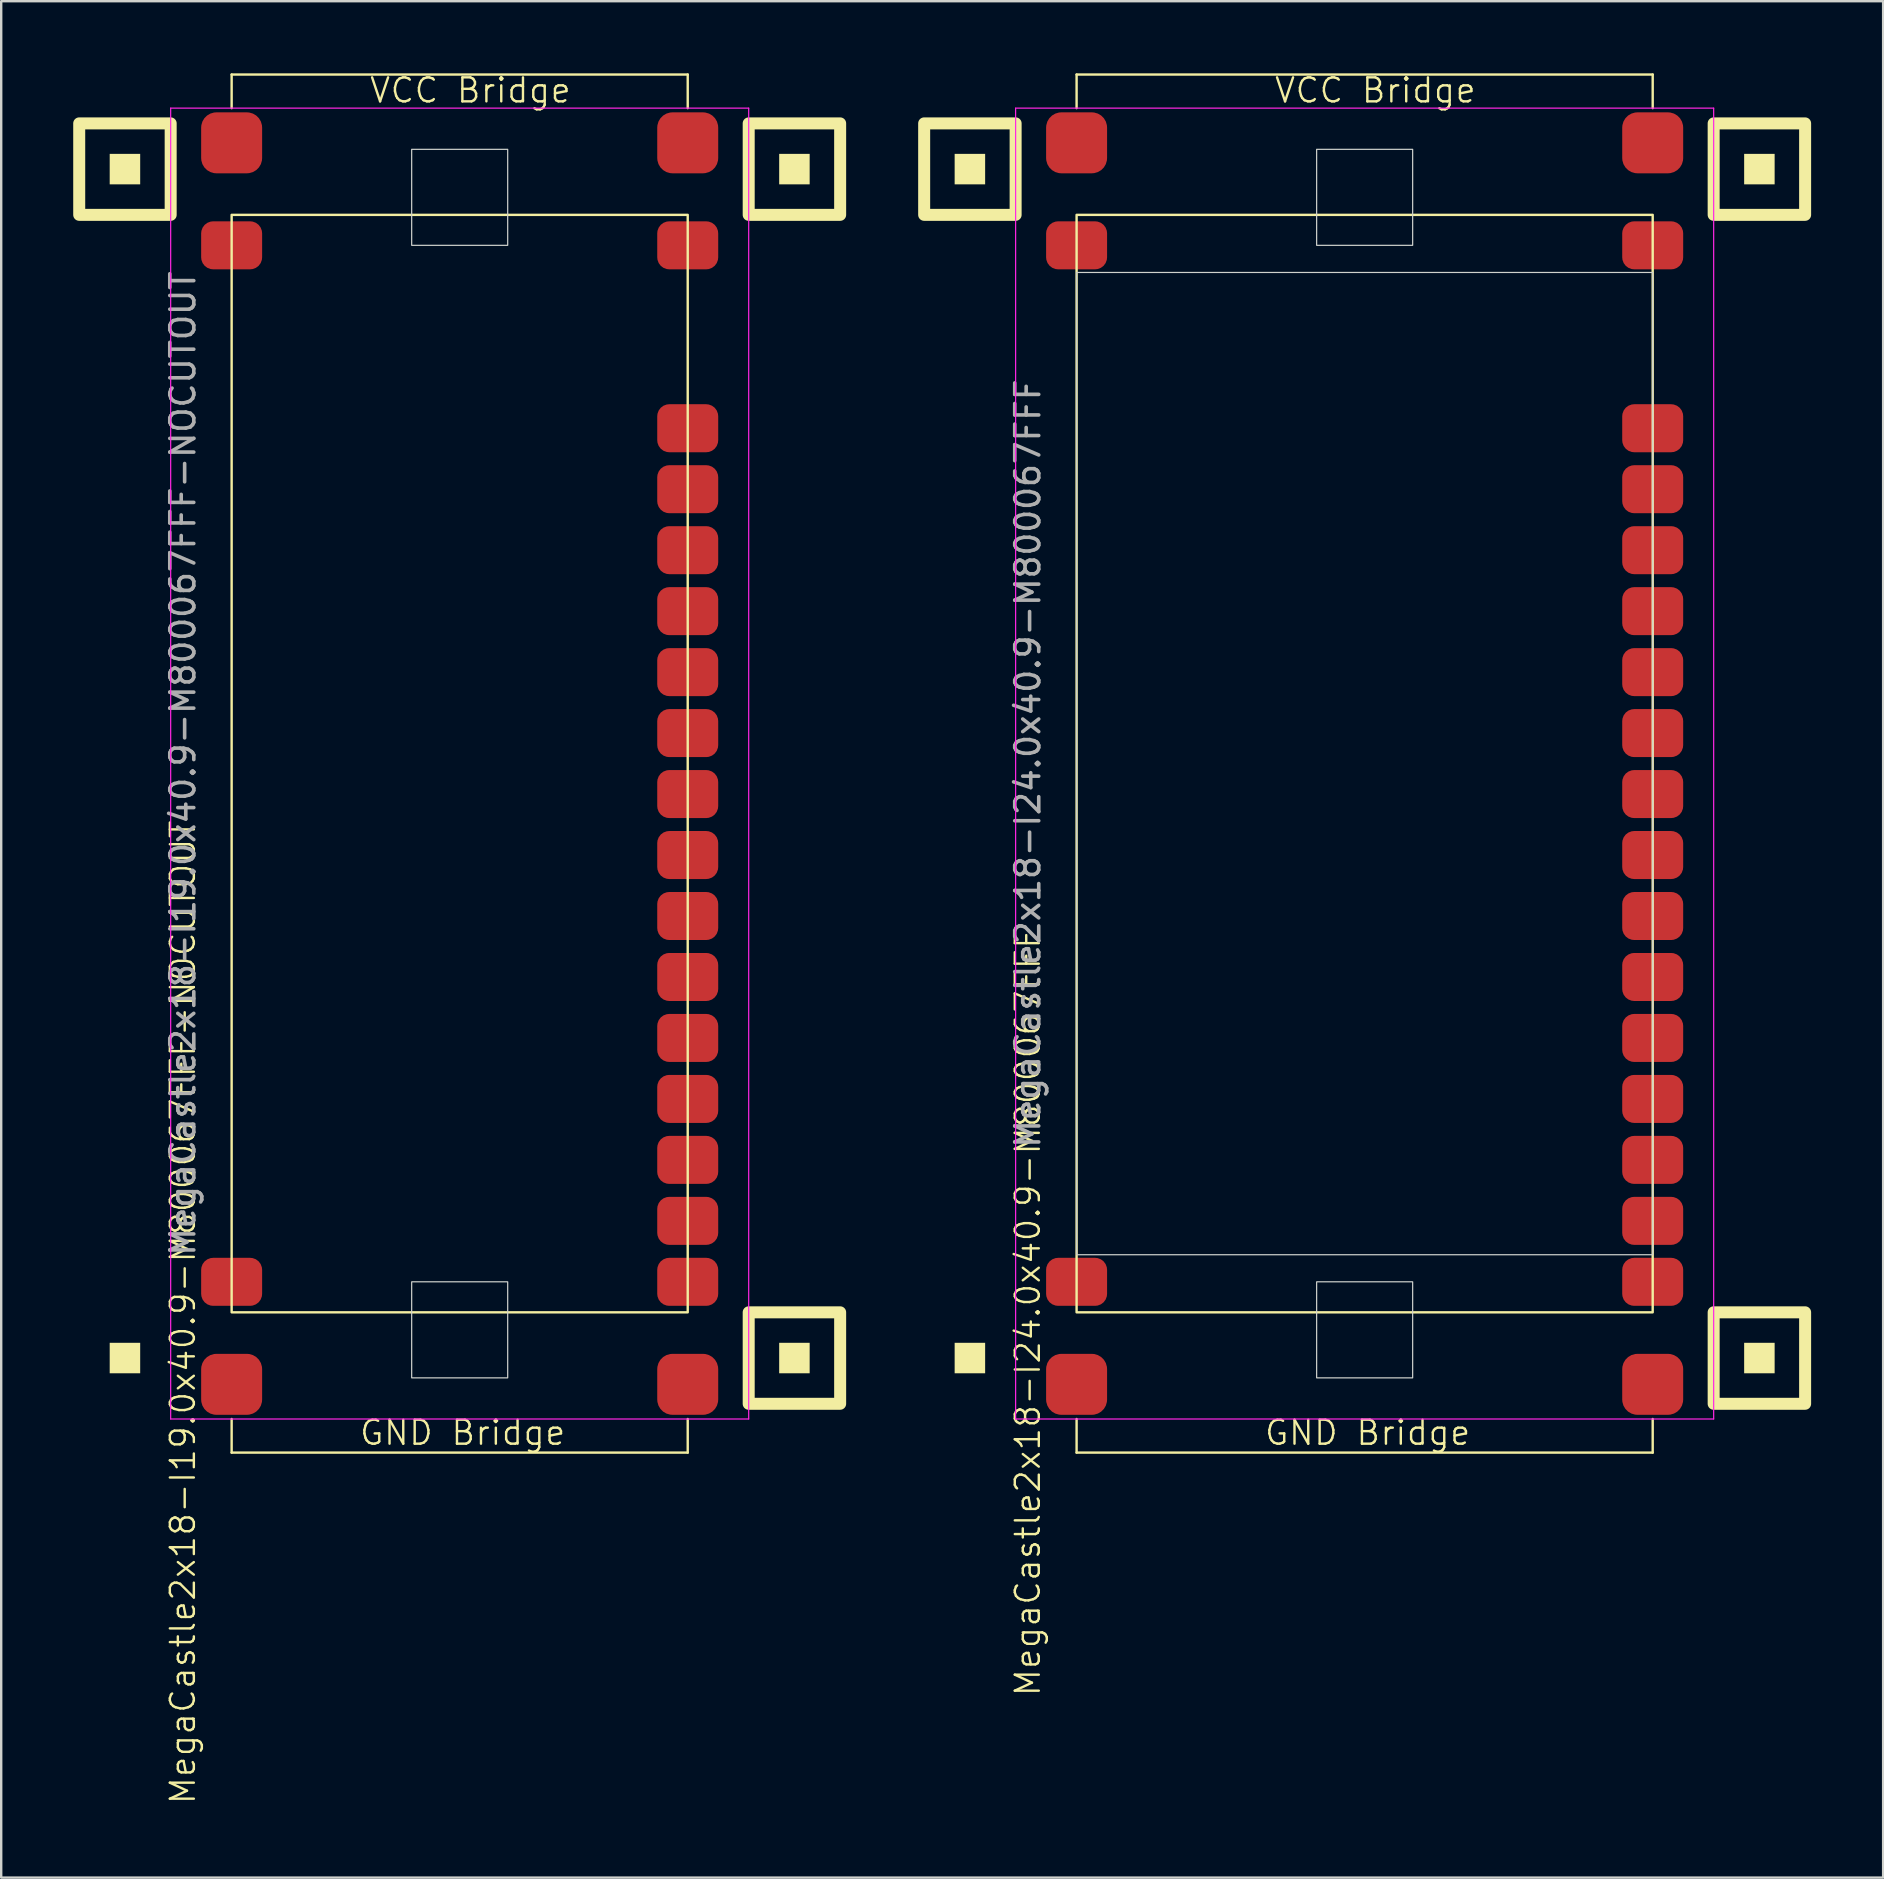
<source format=kicad_pcb>
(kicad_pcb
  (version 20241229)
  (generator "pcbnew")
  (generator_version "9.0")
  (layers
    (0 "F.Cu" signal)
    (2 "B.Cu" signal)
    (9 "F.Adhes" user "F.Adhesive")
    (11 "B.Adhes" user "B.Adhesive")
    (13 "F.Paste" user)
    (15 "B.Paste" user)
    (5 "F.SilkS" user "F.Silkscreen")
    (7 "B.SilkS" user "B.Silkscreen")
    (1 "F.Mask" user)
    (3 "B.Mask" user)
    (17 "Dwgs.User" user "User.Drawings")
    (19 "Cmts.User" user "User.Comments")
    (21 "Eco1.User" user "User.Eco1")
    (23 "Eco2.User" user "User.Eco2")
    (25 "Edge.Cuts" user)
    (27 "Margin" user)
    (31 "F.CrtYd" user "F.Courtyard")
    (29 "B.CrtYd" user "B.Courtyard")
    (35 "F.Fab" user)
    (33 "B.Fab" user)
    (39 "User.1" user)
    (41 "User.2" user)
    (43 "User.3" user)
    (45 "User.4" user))
  (footprint "MegaCastle2x18-I19.0x40.9-M800067FFF-NOCUTOUT"
    (layer "F.Cu")
    (at 16.1 28.76)
    (property "Reference" "MegaCastle2x18-I19.0x40.9-M800067FFF-NOCUTOUT" (at -11.532 22.86 90) (unlocked yes) (layer "F.SilkS") (effects (font (size 1 1) (thickness 0.1))))
    (attr smd)
    (fp_line (start -9.5 -28.705) (end 9.5 -28.705) (stroke (width 0.1) (type default)) (layer "F.SilkS"))
    (fp_line (start -9.5 -27.305) (end -9.5 -28.705) (stroke (width 0.1) (type default)) (layer "F.SilkS"))
    (fp_line (start -9.5 27.305) (end -9.5 28.705) (stroke (width 0.1) (type default)) (layer "F.SilkS"))
    (fp_line (start -9.5 28.705) (end 9.5 28.705) (stroke (width 0.1) (type default)) (layer "F.SilkS"))
    (fp_line (start 9.5 -27.305) (end 9.5 -28.705) (stroke (width 0.1) (type default)) (layer "F.SilkS"))
    (fp_line (start 9.5 27.305) (end 9.5 28.705) (stroke (width 0.1) (type default)) (layer "F.SilkS"))
    (fp_rect (start -13.31 -24.13) (end -14.58 -25.4) (stroke (width 0) (type solid)) (fill yes) (layer "F.SilkS"))
    (fp_rect (start -13.31 25.4) (end -14.58 24.13) (stroke (width 0) (type solid)) (fill yes) (layer "F.SilkS"))
    (fp_rect (start -12.04 -22.86) (end -15.85 -26.67) (stroke (width 0.5) (type default)) (fill no) (layer "F.SilkS"))
    (fp_rect (start -9.5 -22.86) (end 9.5 22.86) (stroke (width 0.1) (type default)) (fill no) (layer "F.SilkS"))
    (fp_rect (start 14.58 -24.13) (end 13.31 -25.4) (stroke (width 0) (type solid)) (fill yes) (layer "F.SilkS"))
    (fp_rect (start 14.58 25.4) (end 13.31 24.13) (stroke (width 0) (type solid)) (fill yes) (layer "F.SilkS"))
    (fp_rect (start 15.85 -22.86) (end 12.04 -26.67) (stroke (width 0.5) (type default)) (fill no) (layer "F.SilkS"))
    (fp_rect (start 15.85 26.67) (end 12.04 22.86) (stroke (width 0.5) (type default)) (fill no) (layer "F.SilkS"))
    (fp_rect (start -2 -21.59) (end 2 -25.59) (stroke (width 0.05) (type default)) (fill no) (layer "Edge.Cuts"))
    (fp_rect (start -2 21.59) (end 2 25.59) (stroke (width 0.05) (type default)) (fill no) (layer "Edge.Cuts"))
    (fp_line (start -12.04 -27.305) (end -12.04 27.305) (stroke (width 0.05) (type default)) (layer "F.CrtYd"))
    (fp_line (start -12.04 27.305) (end 12.04 27.305) (stroke (width 0.05) (type default)) (layer "F.CrtYd"))
    (fp_line (start 12.04 -27.305) (end -12.04 -27.305) (stroke (width 0.05) (type default)) (layer "F.CrtYd"))
    (fp_line (start 12.04 -27.305) (end 12.04 27.305) (stroke (width 0.05) (type default)) (layer "F.CrtYd"))
    (fp_text user "VCC Bridge" (at -3.81 -27.46 0) (unlocked yes) (layer "F.SilkS") (effects (font (size 1 1) (thickness 0.1)) (justify left bottom)))
    (fp_text user "GND Bridge" (at -4.226 28.46 0) (unlocked yes) (layer "F.SilkS") (effects (font (size 1 1) (thickness 0.1)) (justify left bottom)))
    (fp_text user "${REFERENCE}" (at -11.532 0 90) (unlocked yes) (layer "F.Fab") (effects (font (size 1 1) (thickness 0.15))))
    (pad "1" smd roundrect (at -9.5 -21.59) (size 2.54 2) (layers "F.Cu" "F.Mask" "F.Paste") (roundrect_rratio 0.25))
    (pad "18" smd roundrect (at -9.5 21.59) (size 2.54 2) (layers "F.Cu" "F.Mask" "F.Paste") (roundrect_rratio 0.25))
    (pad "19" smd roundrect (at 9.5 -21.59) (size 2.54 2) (layers "F.Cu" "F.Mask" "F.Paste") (roundrect_rratio 0.25))
    (pad "22" smd roundrect (at 9.5 -13.97) (size 2.54 2) (layers "F.Cu" "F.Mask" "F.Paste") (roundrect_rratio 0.25))
    (pad "23" smd roundrect (at 9.5 -11.43) (size 2.54 2) (layers "F.Cu" "F.Mask" "F.Paste") (roundrect_rratio 0.25))
    (pad "24" smd roundrect (at 9.5 -8.89) (size 2.54 2) (layers "F.Cu" "F.Mask" "F.Paste") (roundrect_rratio 0.25))
    (pad "25" smd roundrect (at 9.5 -6.35) (size 2.54 2) (layers "F.Cu" "F.Mask" "F.Paste") (roundrect_rratio 0.25))
    (pad "26" smd roundrect (at 9.5 -3.81) (size 2.54 2) (layers "F.Cu" "F.Mask" "F.Paste") (roundrect_rratio 0.25))
    (pad "27" smd roundrect (at 9.5 -1.27) (size 2.54 2) (layers "F.Cu" "F.Mask" "F.Paste") (roundrect_rratio 0.25))
    (pad "28" smd roundrect (at 9.5 1.27) (size 2.54 2) (layers "F.Cu" "F.Mask" "F.Paste") (roundrect_rratio 0.25))
    (pad "29" smd roundrect (at 9.5 3.81) (size 2.54 2) (layers "F.Cu" "F.Mask" "F.Paste") (roundrect_rratio 0.25))
    (pad "30" smd roundrect (at 9.5 6.35) (size 2.54 2) (layers "F.Cu" "F.Mask" "F.Paste") (roundrect_rratio 0.25))
    (pad "31" smd roundrect (at 9.5 8.89) (size 2.54 2) (layers "F.Cu" "F.Mask" "F.Paste") (roundrect_rratio 0.25))
    (pad "32" smd roundrect (at 9.5 11.43) (size 2.54 2) (layers "F.Cu" "F.Mask" "F.Paste") (roundrect_rratio 0.25))
    (pad "33" smd roundrect (at 9.5 13.97) (size 2.54 2) (layers "F.Cu" "F.Mask" "F.Paste") (roundrect_rratio 0.25))
    (pad "34" smd roundrect (at 9.5 16.51) (size 2.54 2) (layers "F.Cu" "F.Mask" "F.Paste") (roundrect_rratio 0.25))
    (pad "35" smd roundrect (at 9.5 19.05) (size 2.54 2) (layers "F.Cu" "F.Mask" "F.Paste") (roundrect_rratio 0.25))
    (pad "36" smd roundrect (at 9.5 21.59) (size 2.54 2) (layers "F.Cu" "F.Mask" "F.Paste") (roundrect_rratio 0.25))
    (pad "A1" smd roundrect (at -9.5 -25.86) (size 2.54 2.54) (layers "F.Cu" "F.Mask" "F.Paste") (roundrect_rratio 0.25))
    (pad "A2" smd roundrect (at 9.5 -25.86) (size 2.54 2.54) (layers "F.Cu" "F.Mask" "F.Paste") (roundrect_rratio 0.25))
    (pad "B1" smd roundrect (at -9.5 25.86) (size 2.54 2.54) (layers "F.Cu" "F.Mask" "F.Paste") (roundrect_rratio 0.25))
    (pad "B2" smd roundrect (at 9.5 25.86) (size 2.54 2.54) (layers "F.Cu" "F.Mask" "F.Paste") (roundrect_rratio 0.25)))
  (footprint "MegaCastle2x18-I24.0x40.9-M800067FFF"
    (layer "F.Cu")
    (at 53.8 28.76)
    (property "Reference" "MegaCastle2x18-I24.0x40.9-M800067FFF" (at -14.032 22.86 90) (unlocked yes) (layer "F.SilkS") (effects (font (size 1 1) (thickness 0.1))))
    (attr smd)
    (fp_line (start -12 -28.705) (end 12 -28.705) (stroke (width 0.1) (type default)) (layer "F.SilkS"))
    (fp_line (start -12 -27.305) (end -12 -28.705) (stroke (width 0.1) (type default)) (layer "F.SilkS"))
    (fp_line (start -12 27.305) (end -12 28.705) (stroke (width 0.1) (type default)) (layer "F.SilkS"))
    (fp_line (start -12 28.705) (end 12 28.705) (stroke (width 0.1) (type default)) (layer "F.SilkS"))
    (fp_line (start 12 -27.305) (end 12 -28.705) (stroke (width 0.1) (type default)) (layer "F.SilkS"))
    (fp_line (start 12 27.305) (end 12 28.705) (stroke (width 0.1) (type default)) (layer "F.SilkS"))
    (fp_rect (start -15.81 -24.13) (end -17.08 -25.4) (stroke (width 0) (type solid)) (fill yes) (layer "F.SilkS"))
    (fp_rect (start -15.81 25.4) (end -17.08 24.13) (stroke (width 0) (type solid)) (fill yes) (layer "F.SilkS"))
    (fp_rect (start -14.54 -22.86) (end -18.35 -26.67) (stroke (width 0.5) (type default)) (fill no) (layer "F.SilkS"))
    (fp_rect (start -12 -22.86) (end 12 22.86) (stroke (width 0.1) (type default)) (fill no) (layer "F.SilkS"))
    (fp_rect (start 17.08 -24.13) (end 15.81 -25.4) (stroke (width 0) (type solid)) (fill yes) (layer "F.SilkS"))
    (fp_rect (start 17.08 25.4) (end 15.81 24.13) (stroke (width 0) (type solid)) (fill yes) (layer "F.SilkS"))
    (fp_rect (start 18.35 -22.86) (end 14.54 -26.67) (stroke (width 0.5) (type default)) (fill no) (layer "F.SilkS"))
    (fp_rect (start 18.35 26.67) (end 14.54 22.86) (stroke (width 0.5) (type default)) (fill no) (layer "F.SilkS"))
    (fp_rect (start -12 -20.46) (end 12 20.46) (stroke (width 0.05) (type default)) (fill no) (layer "Edge.Cuts"))
    (fp_rect (start -2 -21.59) (end 2 -25.59) (stroke (width 0.05) (type default)) (fill no) (layer "Edge.Cuts"))
    (fp_rect (start -2 21.59) (end 2 25.59) (stroke (width 0.05) (type default)) (fill no) (layer "Edge.Cuts"))
    (fp_line (start -14.54 -27.305) (end -14.54 27.305) (stroke (width 0.05) (type default)) (layer "F.CrtYd"))
    (fp_line (start -14.54 27.305) (end 14.54 27.305) (stroke (width 0.05) (type default)) (layer "F.CrtYd"))
    (fp_line (start 14.54 -27.305) (end -14.54 -27.305) (stroke (width 0.05) (type default)) (layer "F.CrtYd"))
    (fp_line (start 14.54 -27.305) (end 14.54 27.305) (stroke (width 0.05) (type default)) (layer "F.CrtYd"))
    (fp_text user "VCC Bridge" (at -3.81 -27.46 0) (unlocked yes) (layer "F.SilkS") (effects (font (size 1 1) (thickness 0.1)) (justify left bottom)))
    (fp_text user "GND Bridge" (at -4.226 28.46 0) (unlocked yes) (layer "F.SilkS") (effects (font (size 1 1) (thickness 0.1)) (justify left bottom)))
    (fp_text user "${REFERENCE}" (at -14.032 0 90) (unlocked yes) (layer "F.Fab") (effects (font (size 1 1) (thickness 0.15))))
    (pad "1" smd roundrect (at -12 -21.59) (size 2.54 2) (layers "F.Cu" "F.Mask" "F.Paste") (roundrect_rratio 0.25))
    (pad "18" smd roundrect (at -12 21.59) (size 2.54 2) (layers "F.Cu" "F.Mask" "F.Paste") (roundrect_rratio 0.25))
    (pad "19" smd roundrect (at 12 -21.59) (size 2.54 2) (layers "F.Cu" "F.Mask" "F.Paste") (roundrect_rratio 0.25))
    (pad "22" smd roundrect (at 12 -13.97) (size 2.54 2) (layers "F.Cu" "F.Mask" "F.Paste") (roundrect_rratio 0.25))
    (pad "23" smd roundrect (at 12 -11.43) (size 2.54 2) (layers "F.Cu" "F.Mask" "F.Paste") (roundrect_rratio 0.25))
    (pad "24" smd roundrect (at 12 -8.89) (size 2.54 2) (layers "F.Cu" "F.Mask" "F.Paste") (roundrect_rratio 0.25))
    (pad "25" smd roundrect (at 12 -6.35) (size 2.54 2) (layers "F.Cu" "F.Mask" "F.Paste") (roundrect_rratio 0.25))
    (pad "26" smd roundrect (at 12 -3.81) (size 2.54 2) (layers "F.Cu" "F.Mask" "F.Paste") (roundrect_rratio 0.25))
    (pad "27" smd roundrect (at 12 -1.27) (size 2.54 2) (layers "F.Cu" "F.Mask" "F.Paste") (roundrect_rratio 0.25))
    (pad "28" smd roundrect (at 12 1.27) (size 2.54 2) (layers "F.Cu" "F.Mask" "F.Paste") (roundrect_rratio 0.25))
    (pad "29" smd roundrect (at 12 3.81) (size 2.54 2) (layers "F.Cu" "F.Mask" "F.Paste") (roundrect_rratio 0.25))
    (pad "30" smd roundrect (at 12 6.35) (size 2.54 2) (layers "F.Cu" "F.Mask" "F.Paste") (roundrect_rratio 0.25))
    (pad "31" smd roundrect (at 12 8.89) (size 2.54 2) (layers "F.Cu" "F.Mask" "F.Paste") (roundrect_rratio 0.25))
    (pad "32" smd roundrect (at 12 11.43) (size 2.54 2) (layers "F.Cu" "F.Mask" "F.Paste") (roundrect_rratio 0.25))
    (pad "33" smd roundrect (at 12 13.97) (size 2.54 2) (layers "F.Cu" "F.Mask" "F.Paste") (roundrect_rratio 0.25))
    (pad "34" smd roundrect (at 12 16.51) (size 2.54 2) (layers "F.Cu" "F.Mask" "F.Paste") (roundrect_rratio 0.25))
    (pad "35" smd roundrect (at 12 19.05) (size 2.54 2) (layers "F.Cu" "F.Mask" "F.Paste") (roundrect_rratio 0.25))
    (pad "36" smd roundrect (at 12 21.59) (size 2.54 2) (layers "F.Cu" "F.Mask" "F.Paste") (roundrect_rratio 0.25))
    (pad "A1" smd roundrect (at -12 -25.86) (size 2.54 2.54) (layers "F.Cu" "F.Mask" "F.Paste") (roundrect_rratio 0.25))
    (pad "A2" smd roundrect (at 12 -25.86) (size 2.54 2.54) (layers "F.Cu" "F.Mask" "F.Paste") (roundrect_rratio 0.25))
    (pad "B1" smd roundrect (at -12 25.86) (size 2.54 2.54) (layers "F.Cu" "F.Mask" "F.Paste") (roundrect_rratio 0.25))
    (pad "B2" smd roundrect (at 12 25.86) (size 2.54 2.54) (layers "F.Cu" "F.Mask" "F.Paste") (roundrect_rratio 0.25)))
  (gr_rect
    (start -3 -3)
    (end 75.4 75.17)
    (stroke (width 0.1) (type default))
    (fill no)
    (layer "Edge.Cuts")))
</source>
